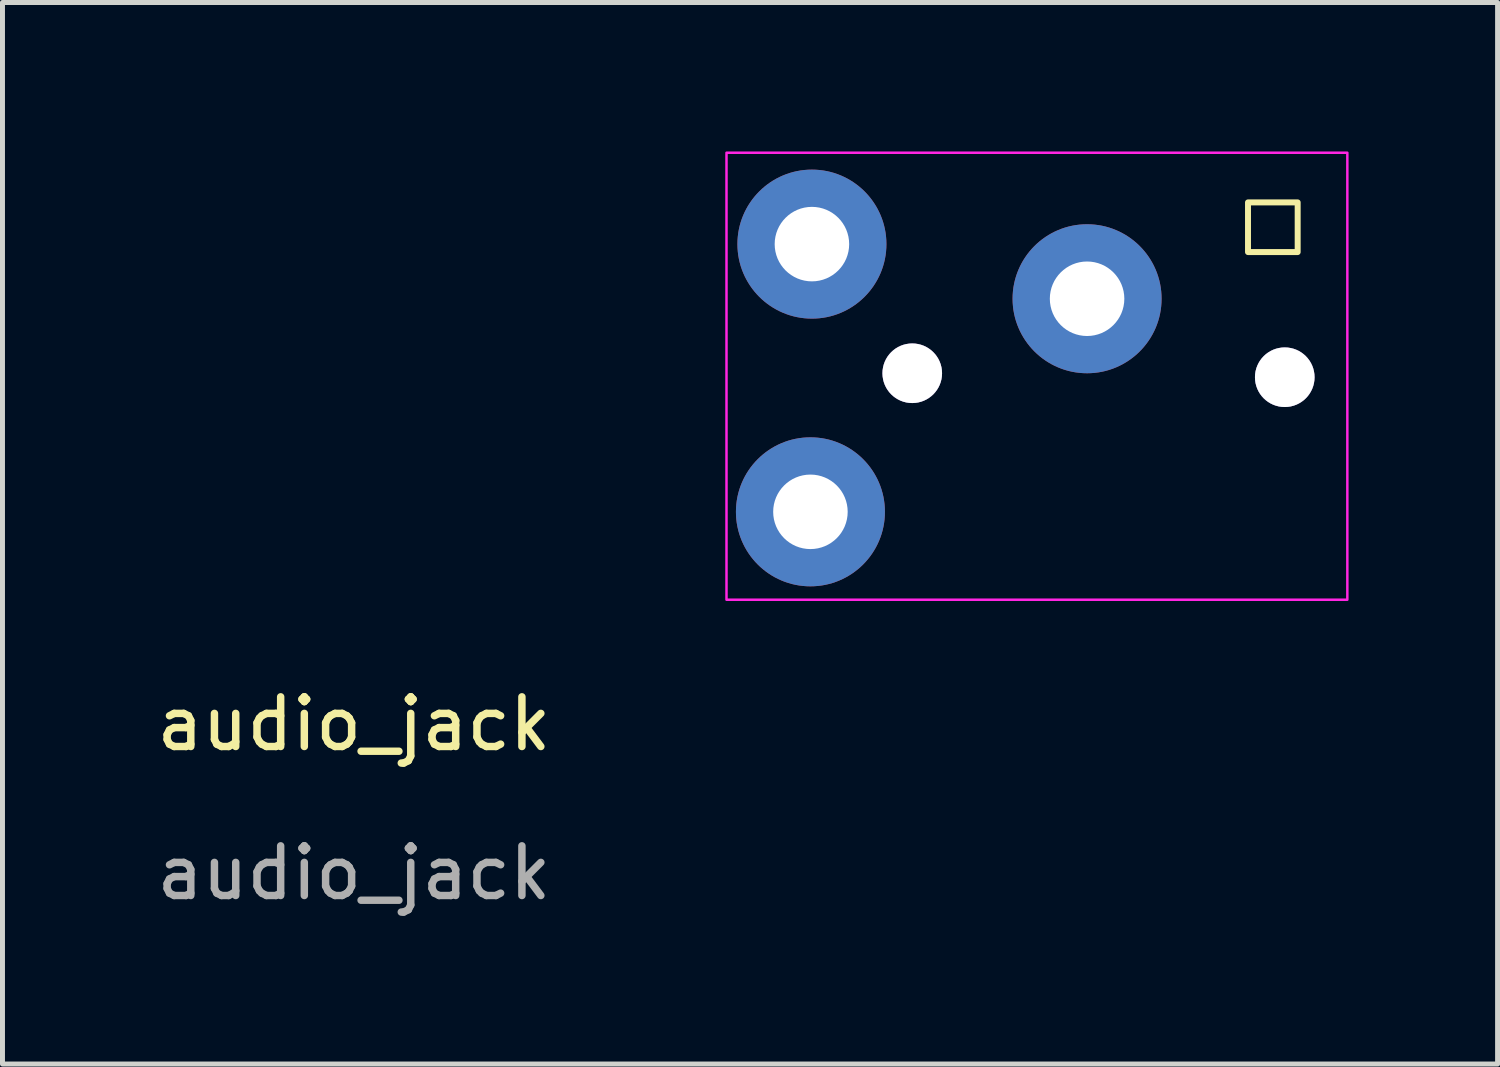
<source format=kicad_pcb>
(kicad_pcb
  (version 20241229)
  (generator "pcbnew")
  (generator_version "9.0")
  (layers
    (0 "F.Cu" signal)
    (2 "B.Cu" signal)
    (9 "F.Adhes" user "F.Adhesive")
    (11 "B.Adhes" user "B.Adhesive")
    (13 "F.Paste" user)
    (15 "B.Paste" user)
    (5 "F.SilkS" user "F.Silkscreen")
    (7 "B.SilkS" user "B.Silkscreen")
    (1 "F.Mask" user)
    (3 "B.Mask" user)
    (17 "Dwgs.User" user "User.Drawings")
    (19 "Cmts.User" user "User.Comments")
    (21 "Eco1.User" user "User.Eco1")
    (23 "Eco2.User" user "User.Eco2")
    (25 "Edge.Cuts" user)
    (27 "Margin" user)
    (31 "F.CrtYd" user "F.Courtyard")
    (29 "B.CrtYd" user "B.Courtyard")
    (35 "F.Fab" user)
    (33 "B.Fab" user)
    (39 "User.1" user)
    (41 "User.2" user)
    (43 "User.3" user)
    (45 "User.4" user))
  (footprint "audio_jack"
    (layer "F.Cu")
    (at 4.077 12.025)
    (property "Reference" "audio_jack" (at 0 -0.5 0) (unlocked yes) (layer "F.SilkS") (effects (font (size 1 1) (thickness 0.15))))
    (attr through_hole)
    (fp_rect (start 19 -10) (end 18 -11) (stroke (width 0.12) (type solid)) (fill no) (layer "F.SilkS"))
    (fp_rect (start 20 -12) (end 7.5 -3) (stroke (width 0.05) (type solid)) (fill no) (layer "F.CrtYd"))
    (fp_text user "${REFERENCE}" (at 0 2.5 0) (unlocked yes) (layer "F.Fab") (effects (font (size 1 1) (thickness 0.15))))
    (pad "4" thru_hole circle (at 11.24 -7.56 270) (size 1.2 1.2) (drill 1.2) (layers "*.Cu" "*.Mask"))
    (pad "5" thru_hole circle (at 18.74 -7.48 270) (size 1.2 1.2) (drill 1.2) (layers "*.Cu" "*.Mask"))
    (pad "R" thru_hole circle (at 14.76 -9.06 270) (size 3 3) (drill 1.5) (layers "*.Cu" "*.Mask"))
    (pad "S" thru_hole circle (at 9.22 -10.16) (size 3 3) (drill 1.5) (layers "*.Cu" "*.Mask"))
    (pad "T" thru_hole circle (at 9.19 -4.77) (size 3 3) (drill 1.5) (layers "*.Cu" "*.Mask")))
  (gr_rect
    (start -3 -3)
    (end 27.102 18.373)
    (stroke (width 0.1) (type default))
    (fill no)
    (layer "Edge.Cuts")))
</source>
